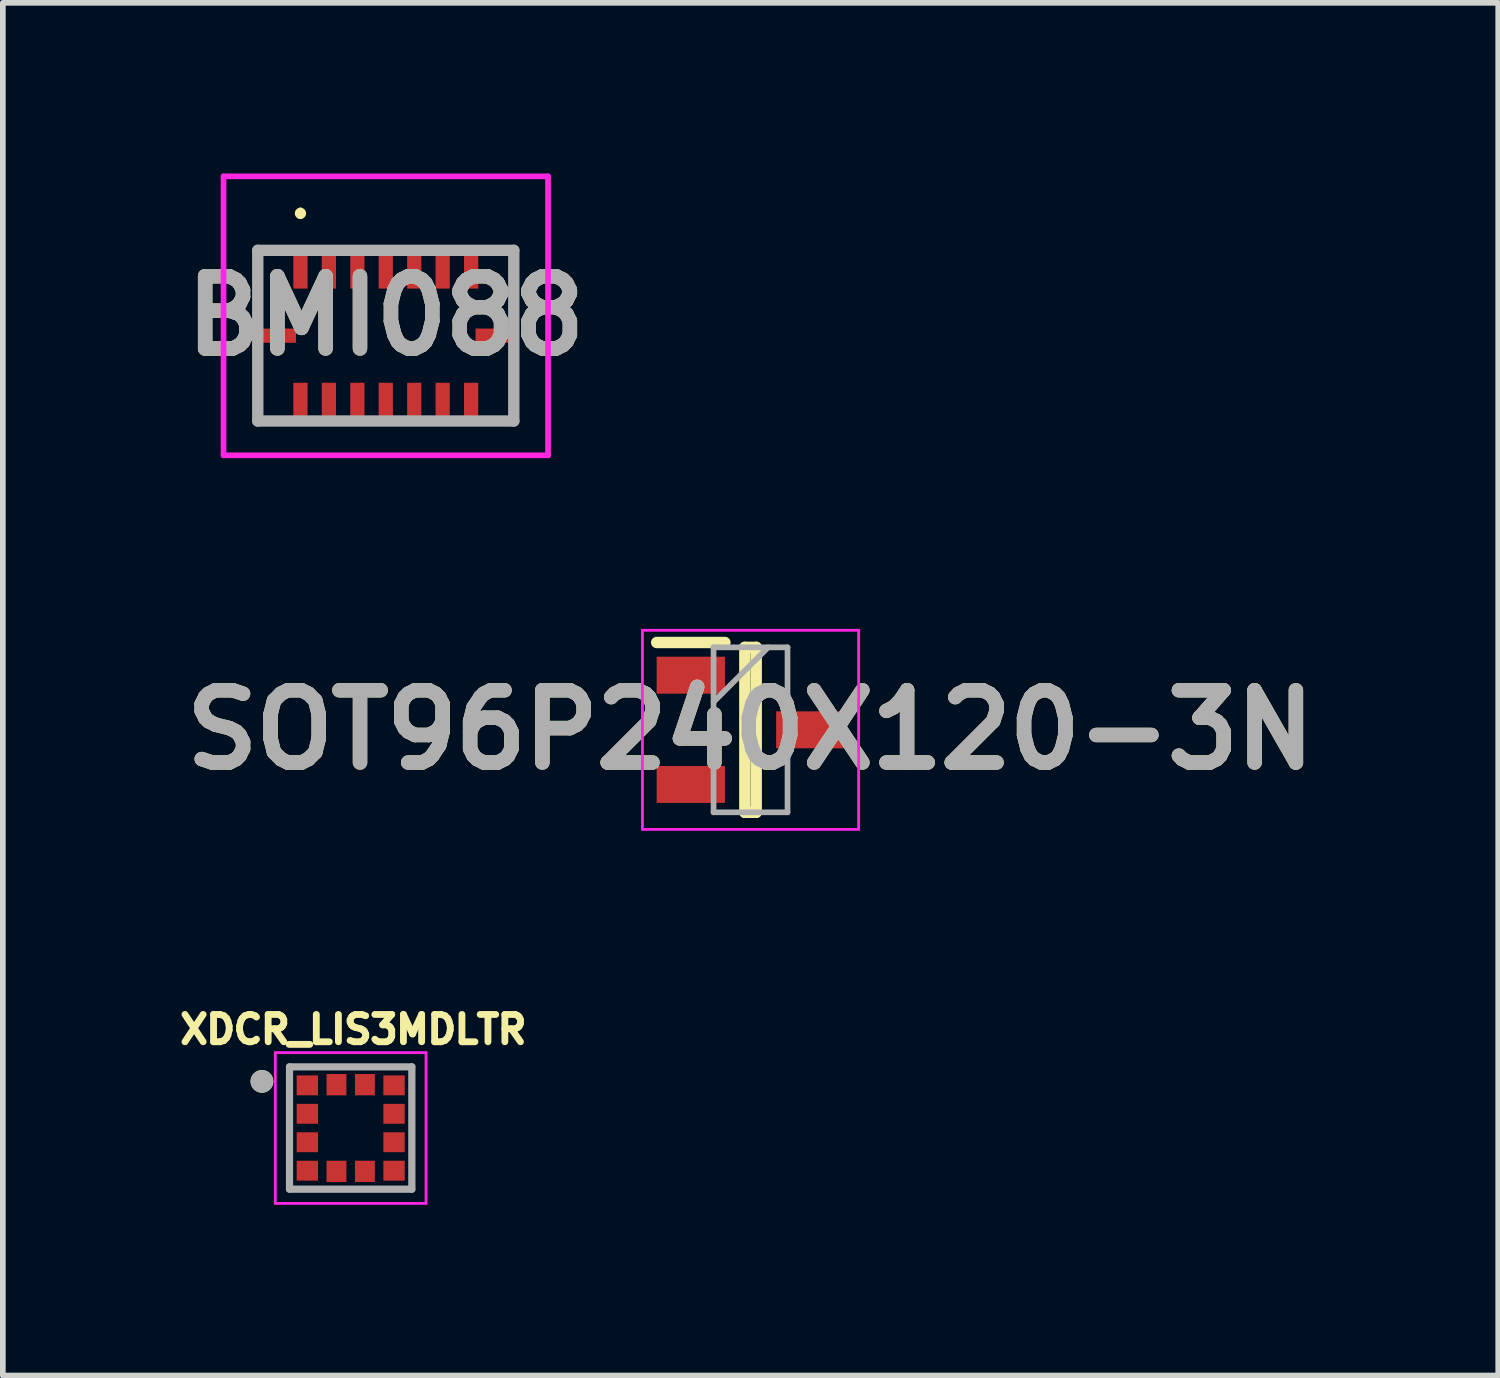
<source format=kicad_pcb>
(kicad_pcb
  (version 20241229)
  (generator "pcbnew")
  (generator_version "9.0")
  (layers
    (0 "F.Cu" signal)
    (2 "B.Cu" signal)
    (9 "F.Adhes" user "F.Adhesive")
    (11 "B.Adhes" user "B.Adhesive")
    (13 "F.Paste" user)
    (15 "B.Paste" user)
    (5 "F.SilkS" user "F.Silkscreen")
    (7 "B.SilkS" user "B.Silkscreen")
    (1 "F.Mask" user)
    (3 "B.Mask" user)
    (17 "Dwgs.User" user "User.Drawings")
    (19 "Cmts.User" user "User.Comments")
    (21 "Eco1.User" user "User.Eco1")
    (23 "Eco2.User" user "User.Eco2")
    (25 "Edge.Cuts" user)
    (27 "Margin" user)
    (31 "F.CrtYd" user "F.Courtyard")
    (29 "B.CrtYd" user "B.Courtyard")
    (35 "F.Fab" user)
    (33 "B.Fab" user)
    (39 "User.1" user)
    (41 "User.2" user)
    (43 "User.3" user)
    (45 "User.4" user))
  (footprint "BMI088"
    (layer "F.Cu")
    (at 3.731 2.85)
    (property "Reference" "BMI088" (at 0 -0.349 0) (layer "F.SilkS") (effects (font (size 1.27 1.27) (thickness 0.254))))
    (attr smd)
    (fp_line (start -2.25 -1.5) (end -1.915 -1.5) (stroke (width 0.1) (type solid)) (layer "F.SilkS"))
    (fp_line (start -2.25 -0.5) (end -2.25 -1.5) (stroke (width 0.1) (type solid)) (layer "F.SilkS"))
    (fp_line (start -2.25 0.5) (end -2.25 0.5) (stroke (width 0.1) (type solid)) (layer "F.SilkS"))
    (fp_line (start -2.25 1.5) (end -2.25 0.5) (stroke (width 0.1) (type solid)) (layer "F.SilkS"))
    (fp_line (start -1.915 1.5) (end -2.25 1.5) (stroke (width 0.1) (type solid)) (layer "F.SilkS"))
    (fp_line (start -1.5 -2.2) (end -1.5 -2.2) (stroke (width 0.1) (type solid)) (layer "F.SilkS"))
    (fp_line (start -1.5 -2.1) (end -1.5 -2.1) (stroke (width 0.1) (type solid)) (layer "F.SilkS"))
    (fp_line (start 1.915 -1.5) (end 2.25 -1.5) (stroke (width 0.1) (type solid)) (layer "F.SilkS"))
    (fp_line (start 2 1.5) (end 2.25 1.5) (stroke (width 0.1) (type solid)) (layer "F.SilkS"))
    (fp_line (start 2.25 -1.5) (end 2.25 -0.5) (stroke (width 0.1) (type solid)) (layer "F.SilkS"))
    (fp_line (start 2.25 1.5) (end 2.25 0.5) (stroke (width 0.1) (type solid)) (layer "F.SilkS"))
    (fp_arc (start -1.5 -2.2) (mid -1.45 -2.15) (end -1.5 -2.1) (stroke (width 0.1) (type solid)) (layer "F.SilkS"))
    (fp_arc (start -1.5 -2.1) (mid -1.55 -2.15) (end -1.5 -2.2) (stroke (width 0.1) (type solid)) (layer "F.SilkS"))
    (fp_line (start -2.852 -2.8) (end 2.852 -2.8) (stroke (width 0.1) (type solid)) (layer "F.CrtYd"))
    (fp_line (start -2.852 2.103) (end -2.852 -2.8) (stroke (width 0.1) (type solid)) (layer "F.CrtYd"))
    (fp_line (start 2.852 -2.8) (end 2.852 2.103) (stroke (width 0.1) (type solid)) (layer "F.CrtYd"))
    (fp_line (start 2.852 2.103) (end -2.852 2.103) (stroke (width 0.1) (type solid)) (layer "F.CrtYd"))
    (fp_line (start -2.25 -1.5) (end 2.25 -1.5) (stroke (width 0.2) (type solid)) (layer "F.Fab"))
    (fp_line (start -2.25 1.5) (end -2.25 -1.5) (stroke (width 0.2) (type solid)) (layer "F.Fab"))
    (fp_line (start 2.25 -1.5) (end 2.25 1.5) (stroke (width 0.2) (type solid)) (layer "F.Fab"))
    (fp_line (start 2.25 1.5) (end -2.25 1.5) (stroke (width 0.2) (type solid)) (layer "F.Fab"))
    (fp_text user "${REFERENCE}" (at 0 -0.349 0) (layer "F.Fab") (effects (font (size 1.27 1.27) (thickness 0.254))))
    (pad "1" smd rect (at -1.5 -1.165) (size 0.25 0.675) (layers "F.Cu" "F.Mask" "F.Paste"))
    (pad "2" smd rect (at -1 -1.165) (size 0.25 0.675) (layers "F.Cu" "F.Mask" "F.Paste"))
    (pad "3" smd rect (at -0.5 -1.165) (size 0.25 0.675) (layers "F.Cu" "F.Mask" "F.Paste"))
    (pad "4" smd rect (at 0 -1.165) (size 0.25 0.675) (layers "F.Cu" "F.Mask" "F.Paste"))
    (pad "5" smd rect (at 0.5 -1.165) (size 0.25 0.675) (layers "F.Cu" "F.Mask" "F.Paste"))
    (pad "6" smd rect (at 1 -1.165) (size 0.25 0.675) (layers "F.Cu" "F.Mask" "F.Paste"))
    (pad "7" smd rect (at 1.5 -1.165) (size 0.25 0.675) (layers "F.Cu" "F.Mask" "F.Paste"))
    (pad "8" smd rect (at 1.915 0 90) (size 0.25 0.675) (layers "F.Cu" "F.Mask" "F.Paste"))
    (pad "9" smd rect (at 1.5 1.165) (size 0.25 0.675) (layers "F.Cu" "F.Mask" "F.Paste"))
    (pad "10" smd rect (at 1 1.165) (size 0.25 0.675) (layers "F.Cu" "F.Mask" "F.Paste"))
    (pad "11" smd rect (at 0.5 1.165) (size 0.25 0.675) (layers "F.Cu" "F.Mask" "F.Paste"))
    (pad "12" smd rect (at 0 1.165) (size 0.25 0.675) (layers "F.Cu" "F.Mask" "F.Paste"))
    (pad "13" smd rect (at -0.5 1.165) (size 0.25 0.675) (layers "F.Cu" "F.Mask" "F.Paste"))
    (pad "14" smd rect (at -1 1.165) (size 0.25 0.675) (layers "F.Cu" "F.Mask" "F.Paste"))
    (pad "15" smd rect (at -1.5 1.165) (size 0.25 0.675) (layers "F.Cu" "F.Mask" "F.Paste"))
    (pad "16" smd rect (at -1.915 0 90) (size 0.25 0.675) (layers "F.Cu" "F.Mask" "F.Paste")))
  (footprint "SOT96P240X120-3N"
    (layer "F.Cu")
    (at 10.142 9.778)
    (property "Reference" "SOT96P240X120-3N" (at 0 0 0) (layer "F.SilkS") (effects (font (size 1.27 1.27) (thickness 0.254))))
    (attr smd)
    (fp_line (start -1.65 -1.535) (end -0.45 -1.535) (stroke (width 0.2) (type solid)) (layer "F.SilkS"))
    (fp_line (start -0.1 -1.45) (end 0.1 -1.45) (stroke (width 0.2) (type solid)) (layer "F.SilkS"))
    (fp_line (start -0.1 1.45) (end -0.1 -1.45) (stroke (width 0.2) (type solid)) (layer "F.SilkS"))
    (fp_line (start 0.1 -1.45) (end 0.1 1.45) (stroke (width 0.2) (type solid)) (layer "F.SilkS"))
    (fp_line (start 0.1 1.45) (end -0.1 1.45) (stroke (width 0.2) (type solid)) (layer "F.SilkS"))
    (fp_line (start -1.9 -1.75) (end 1.9 -1.75) (stroke (width 0.05) (type solid)) (layer "F.CrtYd"))
    (fp_line (start -1.9 1.75) (end -1.9 -1.75) (stroke (width 0.05) (type solid)) (layer "F.CrtYd"))
    (fp_line (start 1.9 -1.75) (end 1.9 1.75) (stroke (width 0.05) (type solid)) (layer "F.CrtYd"))
    (fp_line (start 1.9 1.75) (end -1.9 1.75) (stroke (width 0.05) (type solid)) (layer "F.CrtYd"))
    (fp_line (start -0.65 -1.45) (end 0.65 -1.45) (stroke (width 0.1) (type solid)) (layer "F.Fab"))
    (fp_line (start -0.65 -0.49) (end 0.31 -1.45) (stroke (width 0.1) (type solid)) (layer "F.Fab"))
    (fp_line (start -0.65 1.45) (end -0.65 -1.45) (stroke (width 0.1) (type solid)) (layer "F.Fab"))
    (fp_line (start 0.65 -1.45) (end 0.65 1.45) (stroke (width 0.1) (type solid)) (layer "F.Fab"))
    (fp_line (start 0.65 1.45) (end -0.65 1.45) (stroke (width 0.1) (type solid)) (layer "F.Fab"))
    (fp_text user "${REFERENCE}" (at 0 0 0) (layer "F.Fab") (effects (font (size 1.27 1.27) (thickness 0.254))))
    (pad "1" smd rect (at -1.05 -0.96 90) (size 0.65 1.2) (layers "F.Cu" "F.Mask" "F.Paste"))
    (pad "2" smd rect (at -1.05 0.96 90) (size 0.65 1.2) (layers "F.Cu" "F.Mask" "F.Paste"))
    (pad "3" smd rect (at 1.05 0 90) (size 0.65 1.2) (layers "F.Cu" "F.Mask" "F.Paste")))
  (footprint "XDCR_LIS3MDLTR"
    (layer "F.Cu")
    (at 3.114 16.777)
    (property "Reference" "XDCR_LIS3MDLTR" (at 0.047 -1.732 0) (layer "F.SilkS") (effects (font (size 0.48 0.48) (thickness 0.15))))
    (attr smd)
    (fp_poly (pts (xy -1 -0.975) (xy -0.525 -0.975) (xy -0.525 -0.525) (xy -1 -0.525)) (stroke (width 0.01) (type solid)) (fill yes) (layer "F.Mask"))
    (fp_poly (pts (xy -1 -0.475) (xy -0.525 -0.475) (xy -0.525 -0.025) (xy -1 -0.025)) (stroke (width 0.01) (type solid)) (fill yes) (layer "F.Mask"))
    (fp_poly (pts (xy -1 0.025) (xy -0.525 0.025) (xy -0.525 0.475) (xy -1 0.475)) (stroke (width 0.01) (type solid)) (fill yes) (layer "F.Mask"))
    (fp_poly (pts (xy -1 0.525) (xy -0.525 0.525) (xy -0.525 0.975) (xy -1 0.975)) (stroke (width 0.01) (type solid)) (fill yes) (layer "F.Mask"))
    (fp_poly (pts (xy -0.475 -1) (xy -0.025 -1) (xy -0.025 -0.525) (xy -0.475 -0.525)) (stroke (width 0.01) (type solid)) (fill yes) (layer "F.Mask"))
    (fp_poly (pts (xy -0.475 0.525) (xy -0.025 0.525) (xy -0.025 1) (xy -0.475 1)) (stroke (width 0.01) (type solid)) (fill yes) (layer "F.Mask"))
    (fp_poly (pts (xy 0.025 -1) (xy 0.475 -1) (xy 0.475 -0.525) (xy 0.025 -0.525)) (stroke (width 0.01) (type solid)) (fill yes) (layer "F.Mask"))
    (fp_poly (pts (xy 0.025 0.525) (xy 0.475 0.525) (xy 0.475 1) (xy 0.025 1)) (stroke (width 0.01) (type solid)) (fill yes) (layer "F.Mask"))
    (fp_poly (pts (xy 0.525 -0.975) (xy 1 -0.975) (xy 1 -0.525) (xy 0.525 -0.525)) (stroke (width 0.01) (type solid)) (fill yes) (layer "F.Mask"))
    (fp_poly (pts (xy 0.525 -0.475) (xy 1 -0.475) (xy 1 -0.025) (xy 0.525 -0.025)) (stroke (width 0.01) (type solid)) (fill yes) (layer "F.Mask"))
    (fp_poly (pts (xy 0.525 0.025) (xy 1 0.025) (xy 1 0.475) (xy 0.525 0.475)) (stroke (width 0.01) (type solid)) (fill yes) (layer "F.Mask"))
    (fp_poly (pts (xy 0.525 0.525) (xy 1 0.525) (xy 1 0.975) (xy 0.525 0.975)) (stroke (width 0.01) (type solid)) (fill yes) (layer "F.Mask"))
    (fp_circle (center -1.56 -0.82) (end -1.46 -0.82) (stroke (width 0.2) (type solid)) (fill no) (layer "F.SilkS"))
    (fp_line (start -1.325 -1.325) (end -1.325 1.325) (stroke (width 0.05) (type solid)) (layer "F.CrtYd"))
    (fp_line (start -1.325 1.325) (end 1.325 1.325) (stroke (width 0.05) (type solid)) (layer "F.CrtYd"))
    (fp_line (start 1.325 -1.325) (end -1.325 -1.325) (stroke (width 0.05) (type solid)) (layer "F.CrtYd"))
    (fp_line (start 1.325 1.325) (end 1.325 -1.325) (stroke (width 0.05) (type solid)) (layer "F.CrtYd"))
    (fp_line (start -1.075 -1.075) (end -1.075 1.075) (stroke (width 0.127) (type solid)) (layer "F.Fab"))
    (fp_line (start -1.075 1.075) (end 1.075 1.075) (stroke (width 0.127) (type solid)) (layer "F.Fab"))
    (fp_line (start 1.075 -1.075) (end -1.075 -1.075) (stroke (width 0.127) (type solid)) (layer "F.Fab"))
    (fp_line (start 1.075 1.075) (end 1.075 -1.075) (stroke (width 0.127) (type solid)) (layer "F.Fab"))
    (fp_circle (center -1.56 -0.82) (end -1.46 -0.82) (stroke (width 0.2) (type solid)) (fill no) (layer "F.Fab"))
    (pad "1" smd rect (at -0.762 -0.75) (size 0.375 0.35) (layers "F.Cu" "F.Paste"))
    (pad "2" smd rect (at -0.762 -0.25) (size 0.375 0.35) (layers "F.Cu" "F.Paste"))
    (pad "3" smd rect (at -0.762 0.25) (size 0.375 0.35) (layers "F.Cu" "F.Paste"))
    (pad "4" smd rect (at -0.762 0.75) (size 0.375 0.35) (layers "F.Cu" "F.Paste"))
    (pad "5" smd rect (at -0.25 0.762 90) (size 0.375 0.35) (layers "F.Cu" "F.Paste"))
    (pad "6" smd rect (at 0.25 0.762 90) (size 0.375 0.35) (layers "F.Cu" "F.Paste"))
    (pad "7" smd rect (at 0.762 0.75 180) (size 0.375 0.35) (layers "F.Cu" "F.Paste"))
    (pad "8" smd rect (at 0.762 0.25 180) (size 0.375 0.35) (layers "F.Cu" "F.Paste"))
    (pad "9" smd rect (at 0.762 -0.25 180) (size 0.375 0.35) (layers "F.Cu" "F.Paste"))
    (pad "10" smd rect (at 0.762 -0.75 180) (size 0.375 0.35) (layers "F.Cu" "F.Paste"))
    (pad "11" smd rect (at 0.25 -0.762 270) (size 0.375 0.35) (layers "F.Cu" "F.Paste"))
    (pad "12" smd rect (at -0.25 -0.762 270) (size 0.375 0.35) (layers "F.Cu" "F.Paste")))
  (gr_rect
    (start -3 -3)
    (end 23.284 21.127)
    (stroke (width 0.1) (type default))
    (fill no)
    (layer "Edge.Cuts")))
</source>
